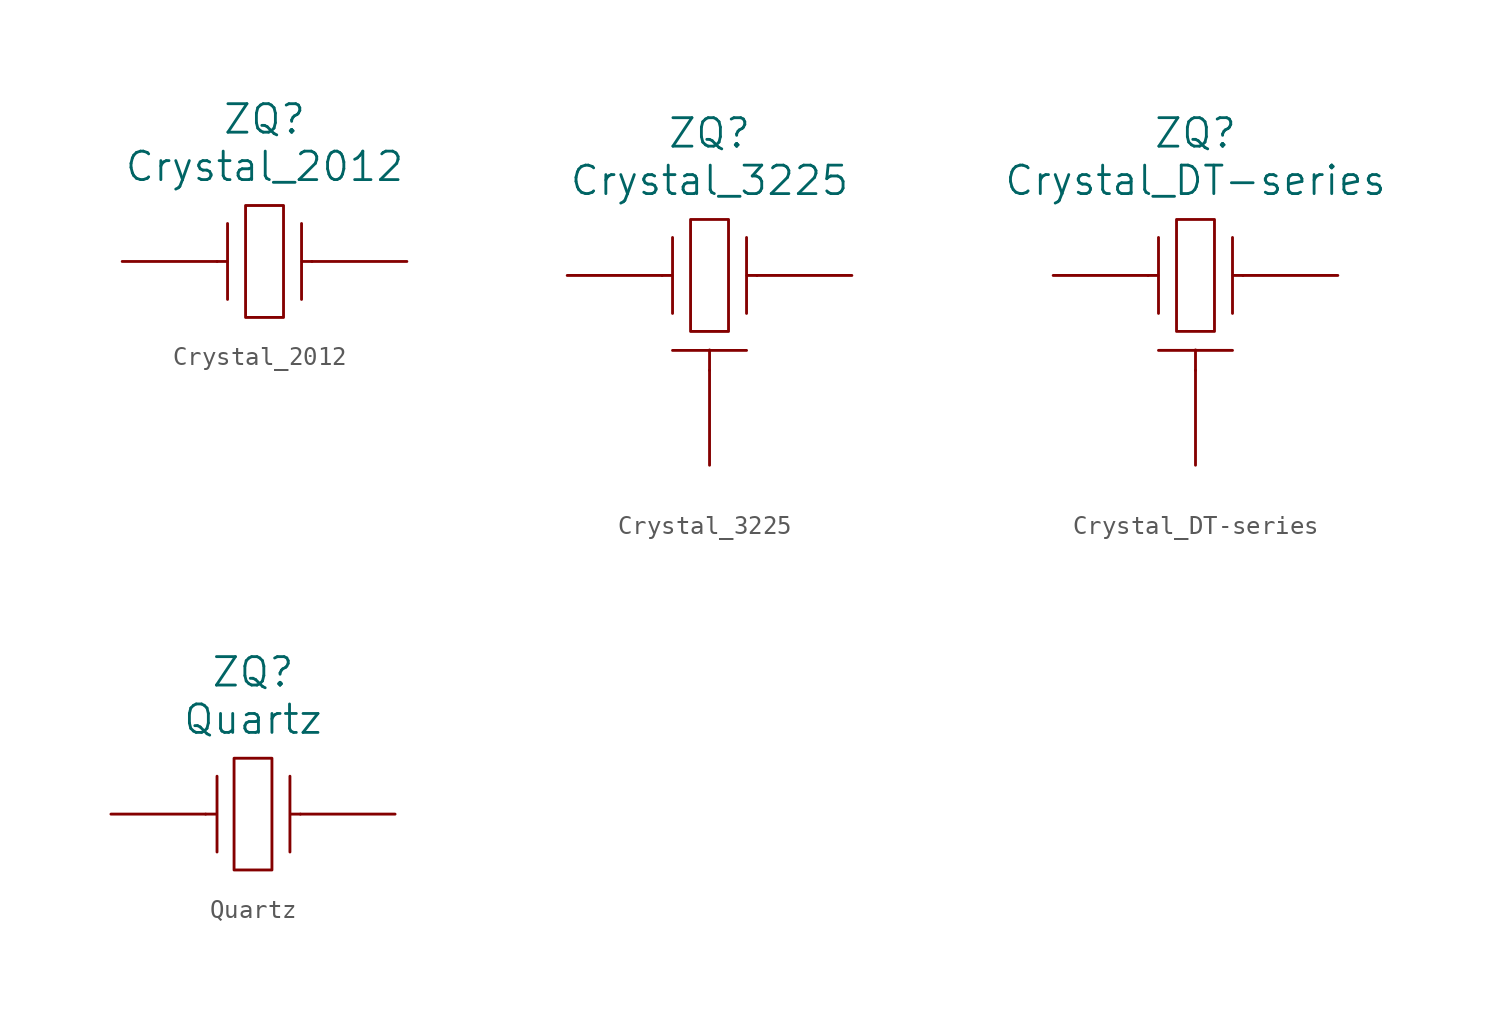
<source format=kicad_sym>
(kicad_symbol_lib
  (version 20220914)
  (generator kicad_symbol_editor)
  (symbol "Crystal_2012"
    (pin_numbers hide)
    (pin_names
      (offset 1.016) hide)
    (property "Reference" "ZQ"
      (at 0 7.62 0)
      (effects (font (size 1.524 1.524))))
    (property "Value" "Crystal_2012"
      (at 0 5.08 0)
      (effects (font (size 1.524 1.524))))
    (property "Datasheet" ""
      (at -8.255 0 0)
      (effects (font (size 1.524 1.524))))
    (symbol "Crystal_2012_0_1"
      (rectangle (start -1.016 2.997) (end 1.016 -2.997) (stroke (width 0) (type solid)) (fill (type none)))
      (polyline (pts (xy -2.007 0) (xy -2.54 0)) (stroke (width 0) (type solid)) (fill (type none)))
      (polyline (pts (xy 2.54 0) (xy 2.007 0)) (stroke (width 0) (type solid)) (fill (type none)))
      (polyline (pts (xy -1.981 2.032) (xy -1.981 -1.778) (xy -1.981 -2.032)) (stroke (width 0) (type solid)) (fill (type none)))
      (polyline (pts (xy 1.981 2.032) (xy 1.981 0) (xy 1.981 -1.524) (xy 1.981 -2.032)) (stroke (width 0) (type solid)) (fill (type none))))
    (symbol "Crystal_2012_1_1"
      (pin input line (at -7.62 0 0) (length 5.08) (name "1" (effects (font (size 1.27 1.27)))) (number "1" (effects (font (size 1.27 1.27)))))
      (pin input line (at 7.62 0 180) (length 5.08) (name "2" (effects (font (size 1.27 1.27)))) (number "2" (effects (font (size 1.27 1.27)))))))
  (symbol "Crystal_3225"
    (pin_numbers hide)
    (pin_names
      (offset 1.016) hide)
    (property "Reference" "ZQ"
      (at 0 7.62 0)
      (effects (font (size 1.524 1.524))))
    (property "Value" "Crystal_3225"
      (at 0 5.08 0)
      (effects (font (size 1.524 1.524))))
    (property "Datasheet" ""
      (at -8.255 0 0)
      (effects (font (size 1.524 1.524))))
    (symbol "Crystal_3225_0_1"
      (rectangle (start -1.016 2.997) (end 1.016 -2.997) (stroke (width 0) (type solid)) (fill (type none)))
      (polyline (pts (xy -2.007 0) (xy -2.54 0)) (stroke (width 0) (type solid)) (fill (type none)))
      (polyline (pts (xy -1.981 -4.013) (xy 1.981 -4.013)) (stroke (width 0) (type solid)) (fill (type none)))
      (polyline (pts (xy 0 -5.08) (xy 0 -3.988)) (stroke (width 0) (type solid)) (fill (type none)))
      (polyline (pts (xy 2.54 0) (xy 2.007 0)) (stroke (width 0) (type solid)) (fill (type none)))
      (polyline (pts (xy -1.981 2.032) (xy -1.981 -1.778) (xy -1.981 -2.032)) (stroke (width 0) (type solid)) (fill (type none)))
      (polyline (pts (xy 1.981 2.032) (xy 1.981 0) (xy 1.981 -1.524) (xy 1.981 -2.032)) (stroke (width 0) (type solid)) (fill (type none))))
    (symbol "Crystal_3225_1_1"
      (pin input line (at -7.62 0 0) (length 5.08) (name "1" (effects (font (size 1.27 1.27)))) (number "1" (effects (font (size 1.27 1.27)))))
      (pin input line (at 7.62 0 180) (length 5.08) (name "2" (effects (font (size 1.27 1.27)))) (number "2" (effects (font (size 1.27 1.27)))))
      (pin passive line (at 0 -10.16 90) (length 5.08) (name "~" (effects (font (size 1.27 1.27)))) (number "H" (effects (font (size 1.27 1.27)))))))
  (symbol "Crystal_DT-series"
    (pin_numbers hide)
    (pin_names
      (offset 1.016) hide)
    (property "Reference" "ZQ"
      (at 0 7.62 0)
      (effects (font (size 1.524 1.524))))
    (property "Value" "Crystal_DT-series"
      (at 0 5.08 0)
      (effects (font (size 1.524 1.524))))
    (property "Datasheet" ""
      (at -8.255 0 0)
      (effects (font (size 1.524 1.524))))
    (symbol "Crystal_DT-series_0_1"
      (rectangle (start -1.016 2.997) (end 1.016 -2.997) (stroke (width 0) (type solid)) (fill (type none)))
      (polyline (pts (xy -2.007 0) (xy -2.54 0)) (stroke (width 0) (type solid)) (fill (type none)))
      (polyline (pts (xy -1.981 -4.013) (xy 1.981 -4.013)) (stroke (width 0) (type solid)) (fill (type none)))
      (polyline (pts (xy 0 -5.08) (xy 0 -3.988)) (stroke (width 0) (type solid)) (fill (type none)))
      (polyline (pts (xy 2.54 0) (xy 2.007 0)) (stroke (width 0) (type solid)) (fill (type none)))
      (polyline (pts (xy -1.981 2.032) (xy -1.981 -1.778) (xy -1.981 -2.032)) (stroke (width 0) (type solid)) (fill (type none)))
      (polyline (pts (xy 1.981 2.032) (xy 1.981 0) (xy 1.981 -1.524) (xy 1.981 -2.032)) (stroke (width 0) (type solid)) (fill (type none))))
    (symbol "Crystal_DT-series_1_1"
      (pin input line (at -7.62 0 0) (length 5.08) (name "1" (effects (font (size 1.27 1.27)))) (number "1" (effects (font (size 1.27 1.27)))))
      (pin input line (at 7.62 0 180) (length 5.08) (name "2" (effects (font (size 1.27 1.27)))) (number "2" (effects (font (size 1.27 1.27)))))
      (pin passive line (at 0 -10.16 90) (length 5.08) (name "~" (effects (font (size 1.27 1.27)))) (number "H" (effects (font (size 1.27 1.27)))))))
  (symbol "Quartz"
    (pin_numbers hide)
    (pin_names
      (offset 1.016) hide)
    (property "Reference" "ZQ"
      (at 0 7.62 0)
      (effects (font (size 1.524 1.524))))
    (property "Value" "Quartz"
      (at 0 5.08 0)
      (effects (font (size 1.524 1.524))))
    (property "Footprint" ""
      (at -6.985 0 0)
      (effects (font (size 1.524 1.524))))
    (property "Datasheet" ""
      (at -6.985 0 0)
      (effects (font (size 1.524 1.524))))
    (symbol "Quartz_0_1"
      (rectangle (start -1.016 2.997) (end 1.016 -2.997) (stroke (width 0) (type solid)) (fill (type none)))
      (polyline (pts (xy -1.956 0) (xy -2.54 0)) (stroke (width 0) (type solid)) (fill (type none)))
      (polyline (pts (xy 2.54 0) (xy 2.007 0)) (stroke (width 0) (type solid)) (fill (type none)))
      (polyline (pts (xy -1.93 2.032) (xy -1.93 -1.778) (xy -1.93 -2.032)) (stroke (width 0) (type solid)) (fill (type none)))
      (polyline (pts (xy 1.981 2.032) (xy 1.981 -0.254) (xy 1.981 -1.524) (xy 1.981 -2.032)) (stroke (width 0) (type solid)) (fill (type none))))
    (symbol "Quartz_1_1"
      (pin input line (at -7.62 0 0) (length 5.08) (name "1" (effects (font (size 1.27 1.27)))) (number "1" (effects (font (size 1.27 1.27)))))
      (pin input line (at 7.62 0 180) (length 5.08) (name "2" (effects (font (size 1.27 1.27)))) (number "2" (effects (font (size 1.27 1.27))))))))
</source>
